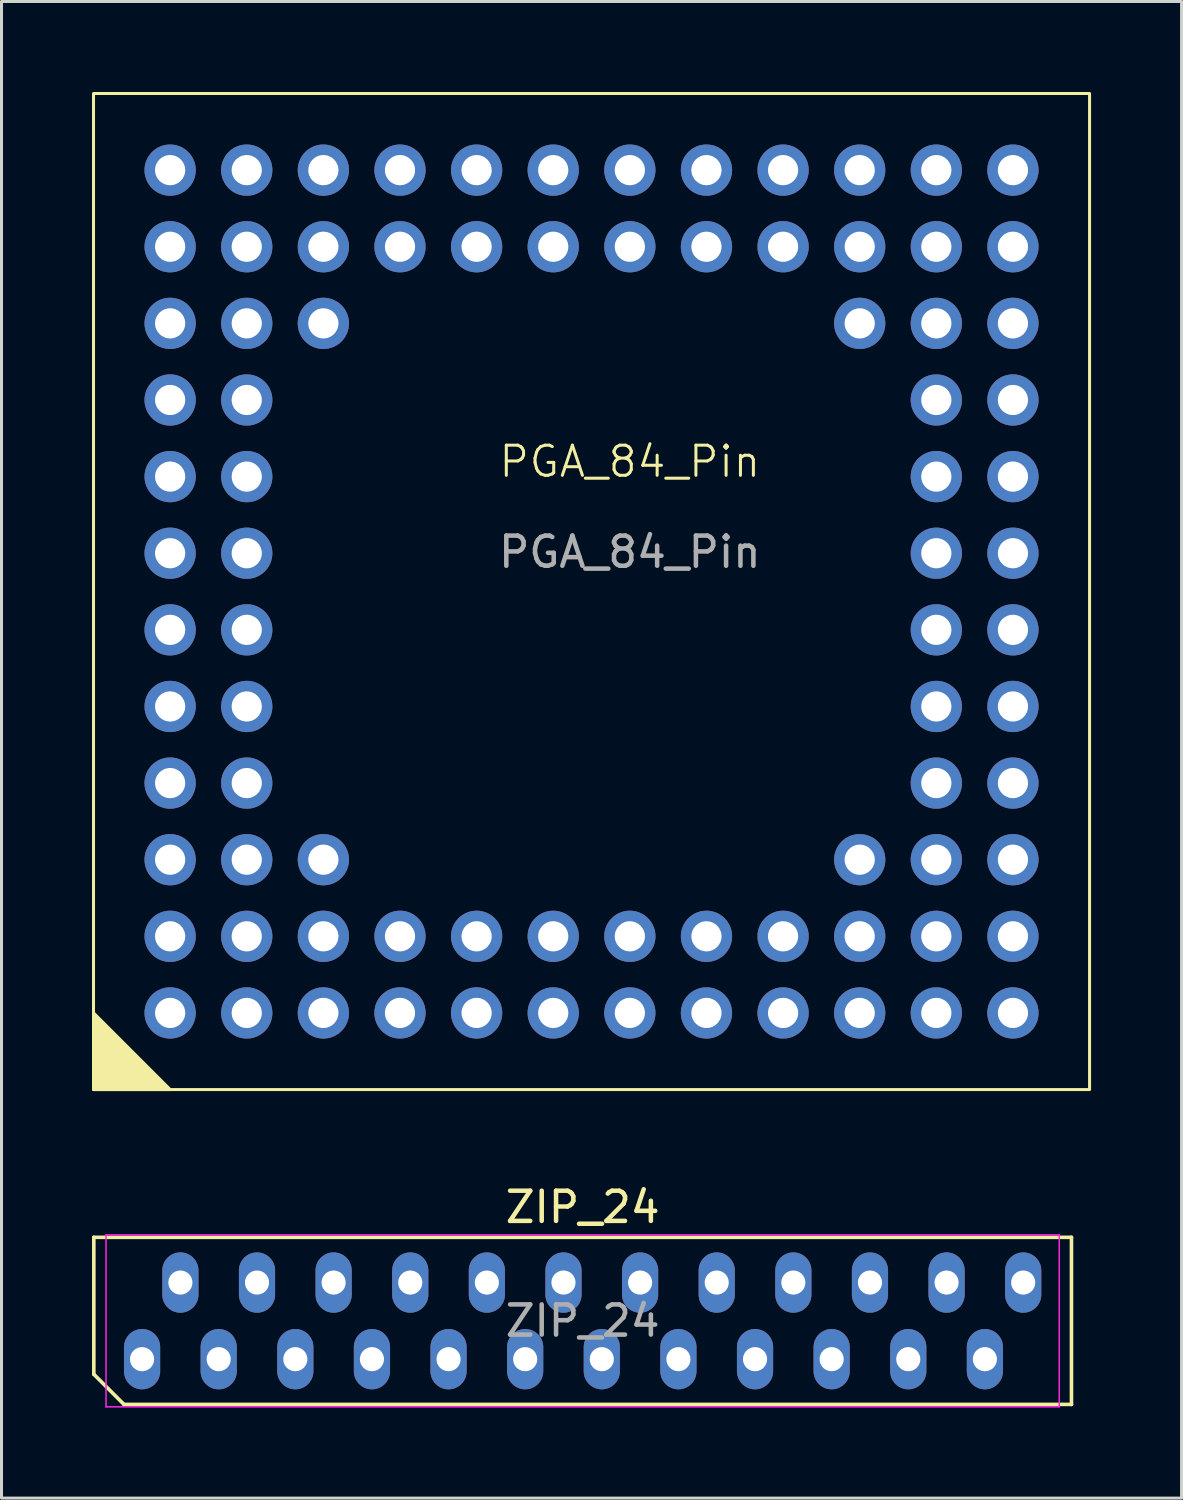
<source format=kicad_pcb>
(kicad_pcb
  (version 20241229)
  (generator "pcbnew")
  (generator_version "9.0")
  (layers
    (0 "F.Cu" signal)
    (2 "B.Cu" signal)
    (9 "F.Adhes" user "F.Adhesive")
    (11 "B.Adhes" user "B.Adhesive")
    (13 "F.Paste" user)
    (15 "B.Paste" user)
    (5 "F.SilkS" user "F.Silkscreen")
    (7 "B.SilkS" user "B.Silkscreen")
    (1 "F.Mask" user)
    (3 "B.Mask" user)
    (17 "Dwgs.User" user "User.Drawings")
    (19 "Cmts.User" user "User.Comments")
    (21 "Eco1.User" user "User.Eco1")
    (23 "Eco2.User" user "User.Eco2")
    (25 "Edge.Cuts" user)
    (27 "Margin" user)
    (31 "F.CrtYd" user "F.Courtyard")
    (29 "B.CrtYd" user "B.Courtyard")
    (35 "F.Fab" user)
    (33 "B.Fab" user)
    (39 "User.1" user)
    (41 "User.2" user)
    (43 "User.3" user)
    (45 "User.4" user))
  (footprint "PGA_84_Pin"
    (layer "F.Cu")
    (at 17.83 12.75)
    (property "Reference" "PGA_84_Pin" (at 0 -0.5 0) (unlocked yes) (layer "F.SilkS") (effects (font (size 1 1) (thickness 0.1))))
    (attr smd)
    (fp_rect (start -17.78 -12.7) (end 15.24 20.32) (stroke (width 0.1) (type default)) (fill no) (layer "F.SilkS"))
    (fp_poly (pts (xy -17.78 20.32) (xy -15.24 20.32) (xy -17.78 17.78)) (stroke (width 0.1) (type solid)) (fill yes) (layer "F.SilkS"))
    (fp_text user "${REFERENCE}" (at 0 2.5 0) (unlocked yes) (layer "F.Fab") (effects (font (size 1 1) (thickness 0.15))))
    (pad "1" thru_hole circle (at -15.24 17.78) (size 1.7 1.7) (drill 1) (layers "*.Cu" "*.Mask"))
    (pad "2" thru_hole circle (at -15.24 15.24) (size 1.7 1.7) (drill 1) (layers "*.Cu" "*.Mask"))
    (pad "3" thru_hole circle (at -15.24 12.7) (size 1.7 1.7) (drill 1) (layers "*.Cu" "*.Mask"))
    (pad "4" thru_hole circle (at -15.24 10.16) (size 1.7 1.7) (drill 1) (layers "*.Cu" "*.Mask"))
    (pad "5" thru_hole circle (at -15.24 7.62) (size 1.7 1.7) (drill 1) (layers "*.Cu" "*.Mask"))
    (pad "6" thru_hole circle (at -15.24 5.08) (size 1.7 1.7) (drill 1) (layers "*.Cu" "*.Mask"))
    (pad "7" thru_hole circle (at -15.24 2.54) (size 1.7 1.7) (drill 1) (layers "*.Cu" "*.Mask"))
    (pad "8" thru_hole circle (at -15.24 0) (size 1.7 1.7) (drill 1) (layers "*.Cu" "*.Mask"))
    (pad "9" thru_hole circle (at -15.24 -2.54) (size 1.7 1.7) (drill 1) (layers "*.Cu" "*.Mask"))
    (pad "10" thru_hole circle (at -15.24 -5.08) (size 1.7 1.7) (drill 1) (layers "*.Cu" "*.Mask"))
    (pad "11" thru_hole circle (at -15.24 -7.62) (size 1.7 1.7) (drill 1) (layers "*.Cu" "*.Mask"))
    (pad "12" thru_hole circle (at -15.24 -10.16) (size 1.7 1.7) (drill 1) (layers "*.Cu" "*.Mask"))
    (pad "13" thru_hole circle (at -12.7 17.78) (size 1.7 1.7) (drill 1) (layers "*.Cu" "*.Mask"))
    (pad "14" thru_hole circle (at -12.7 15.24) (size 1.7 1.7) (drill 1) (layers "*.Cu" "*.Mask"))
    (pad "15" thru_hole circle (at -12.7 12.7) (size 1.7 1.7) (drill 1) (layers "*.Cu" "*.Mask"))
    (pad "16" thru_hole circle (at -12.7 10.16) (size 1.7 1.7) (drill 1) (layers "*.Cu" "*.Mask"))
    (pad "17" thru_hole circle (at -12.7 7.62) (size 1.7 1.7) (drill 1) (layers "*.Cu" "*.Mask"))
    (pad "18" thru_hole circle (at -12.7 5.08) (size 1.7 1.7) (drill 1) (layers "*.Cu" "*.Mask"))
    (pad "19" thru_hole circle (at -12.7 2.54) (size 1.7 1.7) (drill 1) (layers "*.Cu" "*.Mask"))
    (pad "20" thru_hole circle (at -12.7 0) (size 1.7 1.7) (drill 1) (layers "*.Cu" "*.Mask"))
    (pad "21" thru_hole circle (at -12.7 -2.54) (size 1.7 1.7) (drill 1) (layers "*.Cu" "*.Mask"))
    (pad "22" thru_hole circle (at -12.7 -5.08) (size 1.7 1.7) (drill 1) (layers "*.Cu" "*.Mask"))
    (pad "23" thru_hole circle (at -12.7 -7.62) (size 1.7 1.7) (drill 1) (layers "*.Cu" "*.Mask"))
    (pad "24" thru_hole circle (at -12.7 -10.16) (size 1.7 1.7) (drill 1) (layers "*.Cu" "*.Mask"))
    (pad "25" thru_hole circle (at -10.16 17.78) (size 1.7 1.7) (drill 1) (layers "*.Cu" "*.Mask"))
    (pad "26" thru_hole circle (at -10.16 15.24) (size 1.7 1.7) (drill 1) (layers "*.Cu" "*.Mask"))
    (pad "27" thru_hole circle (at -10.16 12.7) (size 1.7 1.7) (drill 1) (layers "*.Cu" "*.Mask"))
    (pad "34" thru_hole circle (at -10.16 -5.08) (size 1.7 1.7) (drill 1) (layers "*.Cu" "*.Mask"))
    (pad "35" thru_hole circle (at -10.16 -7.62) (size 1.7 1.7) (drill 1) (layers "*.Cu" "*.Mask"))
    (pad "36" thru_hole circle (at -10.16 -10.16) (size 1.7 1.7) (drill 1) (layers "*.Cu" "*.Mask"))
    (pad "37" thru_hole circle (at -7.62 17.78) (size 1.7 1.7) (drill 1) (layers "*.Cu" "*.Mask"))
    (pad "38" thru_hole circle (at -7.62 15.24) (size 1.7 1.7) (drill 1) (layers "*.Cu" "*.Mask"))
    (pad "47" thru_hole circle (at -7.62 -7.62) (size 1.7 1.7) (drill 1) (layers "*.Cu" "*.Mask"))
    (pad "48" thru_hole circle (at -7.62 -10.16) (size 1.7 1.7) (drill 1) (layers "*.Cu" "*.Mask"))
    (pad "49" thru_hole circle (at -5.08 17.78) (size 1.7 1.7) (drill 1) (layers "*.Cu" "*.Mask"))
    (pad "50" thru_hole circle (at -5.08 15.24) (size 1.7 1.7) (drill 1) (layers "*.Cu" "*.Mask"))
    (pad "59" thru_hole circle (at -5.08 -7.62) (size 1.7 1.7) (drill 1) (layers "*.Cu" "*.Mask"))
    (pad "60" thru_hole circle (at -5.08 -10.16) (size 1.7 1.7) (drill 1) (layers "*.Cu" "*.Mask"))
    (pad "61" thru_hole circle (at -2.54 17.78) (size 1.7 1.7) (drill 1) (layers "*.Cu" "*.Mask"))
    (pad "62" thru_hole circle (at -2.54 15.24) (size 1.7 1.7) (drill 1) (layers "*.Cu" "*.Mask"))
    (pad "71" thru_hole circle (at -2.54 -7.62) (size 1.7 1.7) (drill 1) (layers "*.Cu" "*.Mask"))
    (pad "72" thru_hole circle (at -2.54 -10.16) (size 1.7 1.7) (drill 1) (layers "*.Cu" "*.Mask"))
    (pad "73" thru_hole circle (at 0 17.78) (size 1.7 1.7) (drill 1) (layers "*.Cu" "*.Mask"))
    (pad "74" thru_hole circle (at 0 15.24) (size 1.7 1.7) (drill 1) (layers "*.Cu" "*.Mask"))
    (pad "83" thru_hole circle (at 0 -7.62) (size 1.7 1.7) (drill 1) (layers "*.Cu" "*.Mask"))
    (pad "84" thru_hole circle (at 0 -10.16) (size 1.7 1.7) (drill 1) (layers "*.Cu" "*.Mask"))
    (pad "85" thru_hole circle (at 2.54 17.78) (size 1.7 1.7) (drill 1) (layers "*.Cu" "*.Mask"))
    (pad "86" thru_hole circle (at 2.54 15.24) (size 1.7 1.7) (drill 1) (layers "*.Cu" "*.Mask"))
    (pad "95" thru_hole circle (at 2.54 -7.62) (size 1.7 1.7) (drill 1) (layers "*.Cu" "*.Mask"))
    (pad "96" thru_hole circle (at 2.54 -10.16) (size 1.7 1.7) (drill 1) (layers "*.Cu" "*.Mask"))
    (pad "97" thru_hole circle (at 5.08 17.78) (size 1.7 1.7) (drill 1) (layers "*.Cu" "*.Mask"))
    (pad "98" thru_hole circle (at 5.08 15.24) (size 1.7 1.7) (drill 1) (layers "*.Cu" "*.Mask"))
    (pad "107" thru_hole circle (at 5.08 -7.62) (size 1.7 1.7) (drill 1) (layers "*.Cu" "*.Mask"))
    (pad "108" thru_hole circle (at 5.08 -10.16) (size 1.7 1.7) (drill 1) (layers "*.Cu" "*.Mask"))
    (pad "109" thru_hole circle (at 7.62 17.78) (size 1.7 1.7) (drill 1) (layers "*.Cu" "*.Mask"))
    (pad "110" thru_hole circle (at 7.62 15.24) (size 1.7 1.7) (drill 1) (layers "*.Cu" "*.Mask"))
    (pad "111" thru_hole circle (at 7.62 12.7) (size 1.7 1.7) (drill 1) (layers "*.Cu" "*.Mask"))
    (pad "118" thru_hole circle (at 7.62 -5.08) (size 1.7 1.7) (drill 1) (layers "*.Cu" "*.Mask"))
    (pad "119" thru_hole circle (at 7.62 -7.62) (size 1.7 1.7) (drill 1) (layers "*.Cu" "*.Mask"))
    (pad "120" thru_hole circle (at 7.62 -10.16) (size 1.7 1.7) (drill 1) (layers "*.Cu" "*.Mask"))
    (pad "121" thru_hole circle (at 10.16 17.78) (size 1.7 1.7) (drill 1) (layers "*.Cu" "*.Mask"))
    (pad "122" thru_hole circle (at 10.16 15.24) (size 1.7 1.7) (drill 1) (layers "*.Cu" "*.Mask"))
    (pad "123" thru_hole circle (at 10.16 12.7) (size 1.7 1.7) (drill 1) (layers "*.Cu" "*.Mask"))
    (pad "124" thru_hole circle (at 10.16 10.16) (size 1.7 1.7) (drill 1) (layers "*.Cu" "*.Mask"))
    (pad "125" thru_hole circle (at 10.16 7.62) (size 1.7 1.7) (drill 1) (layers "*.Cu" "*.Mask"))
    (pad "126" thru_hole circle (at 10.16 5.08) (size 1.7 1.7) (drill 1) (layers "*.Cu" "*.Mask"))
    (pad "127" thru_hole circle (at 10.16 2.54) (size 1.7 1.7) (drill 1) (layers "*.Cu" "*.Mask"))
    (pad "128" thru_hole circle (at 10.16 0) (size 1.7 1.7) (drill 1) (layers "*.Cu" "*.Mask"))
    (pad "129" thru_hole circle (at 10.16 -2.54) (size 1.7 1.7) (drill 1) (layers "*.Cu" "*.Mask"))
    (pad "130" thru_hole circle (at 10.16 -5.08) (size 1.7 1.7) (drill 1) (layers "*.Cu" "*.Mask"))
    (pad "131" thru_hole circle (at 10.16 -7.62) (size 1.7 1.7) (drill 1) (layers "*.Cu" "*.Mask"))
    (pad "132" thru_hole circle (at 10.16 -10.16) (size 1.7 1.7) (drill 1) (layers "*.Cu" "*.Mask"))
    (pad "133" thru_hole circle (at 12.7 17.78) (size 1.7 1.7) (drill 1) (layers "*.Cu" "*.Mask"))
    (pad "134" thru_hole circle (at 12.7 15.24) (size 1.7 1.7) (drill 1) (layers "*.Cu" "*.Mask"))
    (pad "135" thru_hole circle (at 12.7 12.7) (size 1.7 1.7) (drill 1) (layers "*.Cu" "*.Mask"))
    (pad "136" thru_hole circle (at 12.7 10.16) (size 1.7 1.7) (drill 1) (layers "*.Cu" "*.Mask"))
    (pad "137" thru_hole circle (at 12.7 7.62) (size 1.7 1.7) (drill 1) (layers "*.Cu" "*.Mask"))
    (pad "138" thru_hole circle (at 12.7 5.08) (size 1.7 1.7) (drill 1) (layers "*.Cu" "*.Mask"))
    (pad "139" thru_hole circle (at 12.7 2.54) (size 1.7 1.7) (drill 1) (layers "*.Cu" "*.Mask"))
    (pad "140" thru_hole circle (at 12.7 0) (size 1.7 1.7) (drill 1) (layers "*.Cu" "*.Mask"))
    (pad "141" thru_hole circle (at 12.7 -2.54) (size 1.7 1.7) (drill 1) (layers "*.Cu" "*.Mask"))
    (pad "142" thru_hole circle (at 12.7 -5.08) (size 1.7 1.7) (drill 1) (layers "*.Cu" "*.Mask"))
    (pad "143" thru_hole circle (at 12.7 -7.62) (size 1.7 1.7) (drill 1) (layers "*.Cu" "*.Mask"))
    (pad "144" thru_hole circle (at 12.7 -10.16) (size 1.7 1.7) (drill 1) (layers "*.Cu" "*.Mask")))
  (footprint "ZIP_24"
    (layer "F.Cu")
    (at 16.265 40.738)
    (property "Reference" "ZIP_24" (at 0 -3.77 0) (layer "F.SilkS") (effects (font (size 1 1) (thickness 0.15))))
    (attr through_hole)
    (fp_line (start -16.205 -2.77) (end 16.205 -2.77) (stroke (width 0.12) (type default)) (layer "F.SilkS"))
    (fp_line (start -16.205 1.77) (end -16.205 -2.77) (stroke (width 0.12) (type default)) (layer "F.SilkS"))
    (fp_line (start -15.205 2.77) (end -16.205 1.77) (stroke (width 0.12) (type default)) (layer "F.SilkS"))
    (fp_line (start 16.205 -2.77) (end 16.205 2.77) (stroke (width 0.12) (type default)) (layer "F.SilkS"))
    (fp_line (start 16.205 2.77) (end -15.205 2.77) (stroke (width 0.12) (type default)) (layer "F.SilkS"))
    (fp_line (start -15.8 -2.85) (end 15.8 -2.85) (stroke (width 0.05) (type default)) (layer "F.CrtYd"))
    (fp_line (start -15.8 2.85) (end -15.8 -2.85) (stroke (width 0.05) (type default)) (layer "F.CrtYd"))
    (fp_line (start 15.8 -2.85) (end 15.8 2.85) (stroke (width 0.05) (type default)) (layer "F.CrtYd"))
    (fp_line (start 15.8 2.85) (end -15.8 2.85) (stroke (width 0.05) (type default)) (layer "F.CrtYd"))
    (fp_text user "${REFERENCE}" (at 0 0 0) (layer "F.Fab") (effects (font (size 1 1) (thickness 0.15))))
    (pad "1" thru_hole oval (at -14.605 1.27) (size 1.2 2) (drill 0.8) (layers "*.Cu" "*.Mask"))
    (pad "2" thru_hole oval (at -13.335 -1.27) (size 1.2 2) (drill 0.8) (layers "*.Cu" "*.Mask"))
    (pad "3" thru_hole oval (at -12.065 1.27) (size 1.2 2) (drill 0.8) (layers "*.Cu" "*.Mask"))
    (pad "4" thru_hole oval (at -10.795 -1.27) (size 1.2 2) (drill 0.8) (layers "*.Cu" "*.Mask"))
    (pad "5" thru_hole oval (at -9.525 1.27) (size 1.2 2) (drill 0.8) (layers "*.Cu" "*.Mask"))
    (pad "6" thru_hole oval (at -8.255 -1.27) (size 1.2 2) (drill 0.8) (layers "*.Cu" "*.Mask"))
    (pad "7" thru_hole oval (at -6.985 1.27) (size 1.2 2) (drill 0.8) (layers "*.Cu" "*.Mask"))
    (pad "8" thru_hole oval (at -5.715 -1.27) (size 1.2 2) (drill 0.8) (layers "*.Cu" "*.Mask"))
    (pad "9" thru_hole oval (at -4.445 1.27) (size 1.2 2) (drill 0.8) (layers "*.Cu" "*.Mask"))
    (pad "10" thru_hole oval (at -3.175 -1.27) (size 1.2 2) (drill 0.8) (layers "*.Cu" "*.Mask"))
    (pad "11" thru_hole oval (at -1.905 1.27) (size 1.2 2) (drill 0.8) (layers "*.Cu" "*.Mask"))
    (pad "12" thru_hole oval (at -0.635 -1.27) (size 1.2 2) (drill 0.8) (layers "*.Cu" "*.Mask"))
    (pad "13" thru_hole oval (at 0.635 1.27) (size 1.2 2) (drill 0.8) (layers "*.Cu" "*.Mask"))
    (pad "14" thru_hole oval (at 1.905 -1.27) (size 1.2 2) (drill 0.8) (layers "*.Cu" "*.Mask"))
    (pad "15" thru_hole oval (at 3.175 1.27) (size 1.2 2) (drill 0.8) (layers "*.Cu" "*.Mask"))
    (pad "16" thru_hole oval (at 4.445 -1.27) (size 1.2 2) (drill 0.8) (layers "*.Cu" "*.Mask"))
    (pad "17" thru_hole oval (at 5.715 1.27) (size 1.2 2) (drill 0.8) (layers "*.Cu" "*.Mask"))
    (pad "18" thru_hole oval (at 6.985 -1.27) (size 1.2 2) (drill 0.8) (layers "*.Cu" "*.Mask"))
    (pad "19" thru_hole oval (at 8.255 1.27) (size 1.2 2) (drill 0.8) (layers "*.Cu" "*.Mask"))
    (pad "20" thru_hole oval (at 9.525 -1.27) (size 1.2 2) (drill 0.8) (layers "*.Cu" "*.Mask"))
    (pad "21" thru_hole oval (at 10.795 1.27) (size 1.2 2) (drill 0.8) (layers "*.Cu" "*.Mask"))
    (pad "22" thru_hole oval (at 12.065 -1.27) (size 1.2 2) (drill 0.8) (layers "*.Cu" "*.Mask"))
    (pad "23" thru_hole oval (at 13.335 1.27) (size 1.2 2) (drill 0.8) (layers "*.Cu" "*.Mask"))
    (pad "24" thru_hole oval (at 14.605 -1.27) (size 1.2 2) (drill 0.8) (layers "*.Cu" "*.Mask")))
  (gr_rect
    (start -3 -3)
    (end 36.12 46.613)
    (stroke (width 0.1) (type default))
    (fill no)
    (layer "Edge.Cuts")))
</source>
